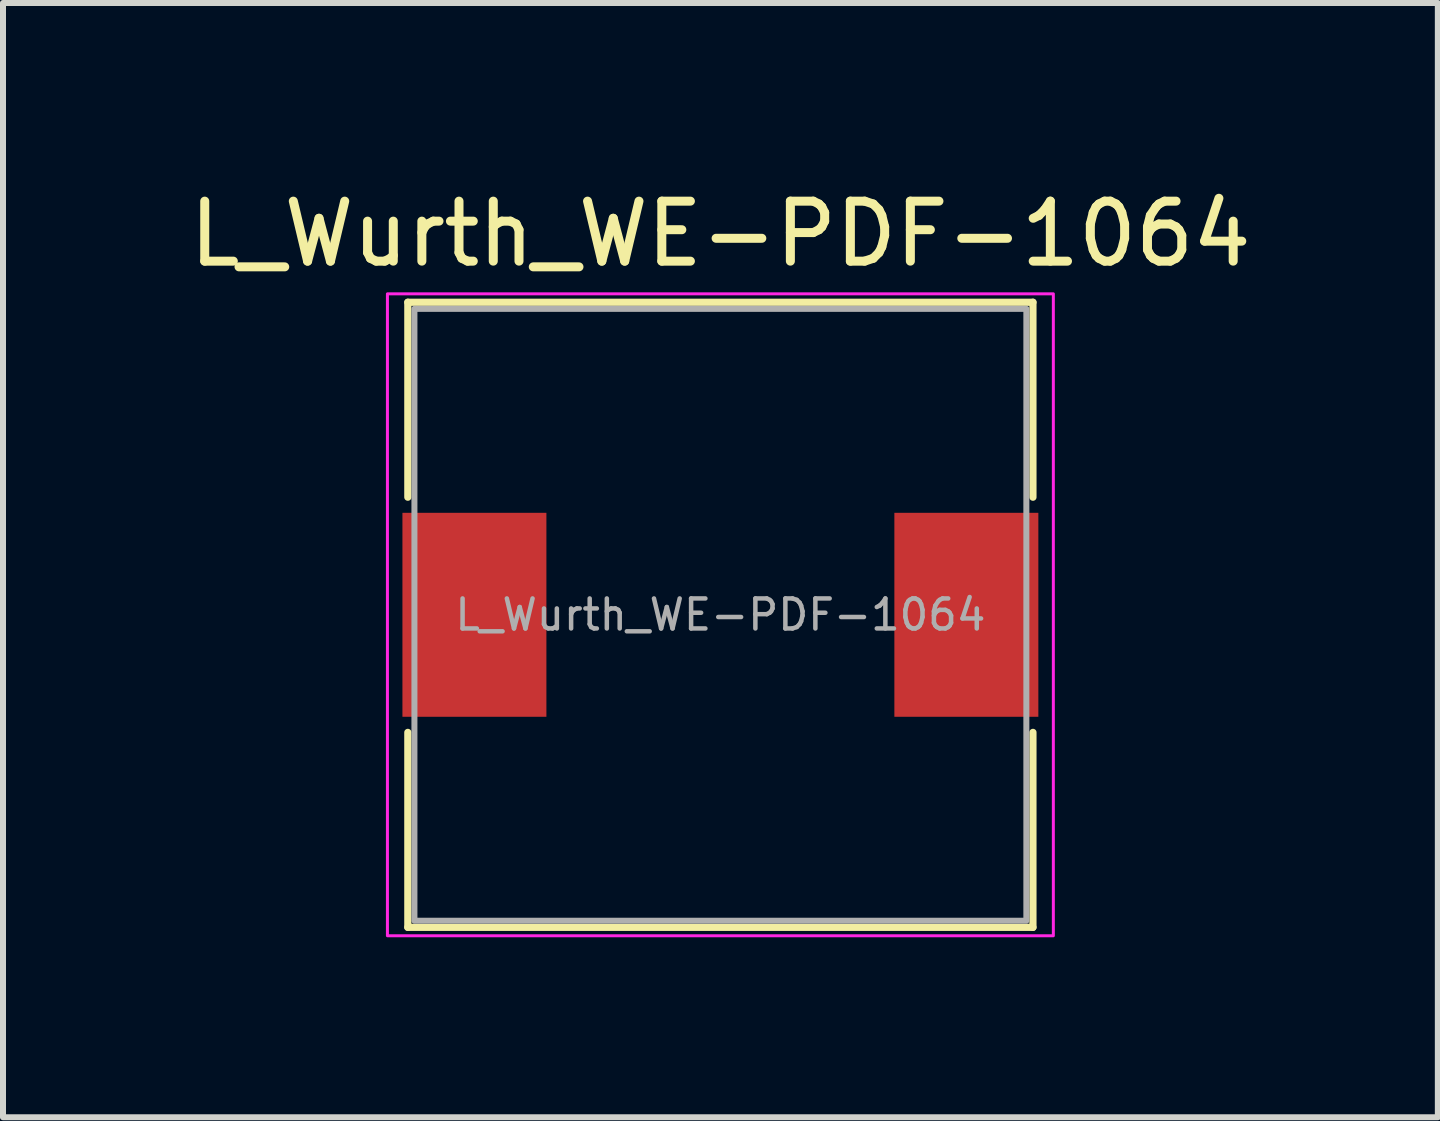
<source format=kicad_pcb>
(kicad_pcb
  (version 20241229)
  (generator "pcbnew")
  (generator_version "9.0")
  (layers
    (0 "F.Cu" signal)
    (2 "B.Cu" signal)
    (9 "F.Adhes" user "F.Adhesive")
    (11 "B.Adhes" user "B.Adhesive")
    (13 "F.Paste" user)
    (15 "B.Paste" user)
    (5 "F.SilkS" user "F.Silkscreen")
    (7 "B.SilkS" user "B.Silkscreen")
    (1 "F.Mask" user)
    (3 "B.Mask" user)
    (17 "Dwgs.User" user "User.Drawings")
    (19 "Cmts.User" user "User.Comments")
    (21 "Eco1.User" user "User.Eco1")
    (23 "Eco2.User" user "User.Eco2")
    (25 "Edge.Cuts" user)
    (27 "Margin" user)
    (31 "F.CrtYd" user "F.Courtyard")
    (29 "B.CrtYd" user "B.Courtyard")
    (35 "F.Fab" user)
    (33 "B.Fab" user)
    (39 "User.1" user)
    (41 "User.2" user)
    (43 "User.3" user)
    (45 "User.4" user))
  (footprint "L_Wurth_WE-PDF-1064"
    (layer "F.Cu")
    (at 8.958 7.198)
    (property "Reference" "L_Wurth_WE-PDF-1064" (at 0 -6.35 0) (unlocked yes) (layer "F.SilkS") (effects (font (size 1 1) (thickness 0.15))))
    (attr smd)
    (fp_line (start -5.21 -5.21) (end -5.21 -1.96) (stroke (width 0.12) (type solid)) (layer "F.SilkS"))
    (fp_line (start -5.21 -5.21) (end 5.21 -5.21) (stroke (width 0.12) (type solid)) (layer "F.SilkS"))
    (fp_line (start -5.21 5.21) (end -5.21 1.96) (stroke (width 0.12) (type solid)) (layer "F.SilkS"))
    (fp_line (start -5.21 5.21) (end 5.21 5.21) (stroke (width 0.12) (type solid)) (layer "F.SilkS"))
    (fp_line (start 5.21 -5.21) (end 5.21 -1.96) (stroke (width 0.12) (type solid)) (layer "F.SilkS"))
    (fp_line (start 5.21 5.21) (end 5.21 1.96) (stroke (width 0.12) (type solid)) (layer "F.SilkS"))
    (fp_rect (start -5.55 -5.35) (end 5.55 5.35) (stroke (width 0.05) (type solid)) (fill no) (layer "F.CrtYd"))
    (fp_rect (start -5.1 -5.1) (end 5.1 5.1) (stroke (width 0.1) (type solid)) (fill no) (layer "F.Fab"))
    (fp_text user "${REFERENCE}" (at 0 0 0) (unlocked yes) (layer "F.Fab") (effects (font (size 0.5 0.5) (thickness 0.075))))
    (pad "1" smd rect (at -4.1 0) (size 2.4 3.4) (layers "F.Cu" "F.Mask" "F.Paste"))
    (pad "2" smd rect (at 4.1 0) (size 2.4 3.4) (layers "F.Cu" "F.Mask" "F.Paste")))
  (gr_rect
    (start -3 -3)
    (end 20.917 15.573)
    (stroke (width 0.1) (type default))
    (fill no)
    (layer "Edge.Cuts")))
</source>
